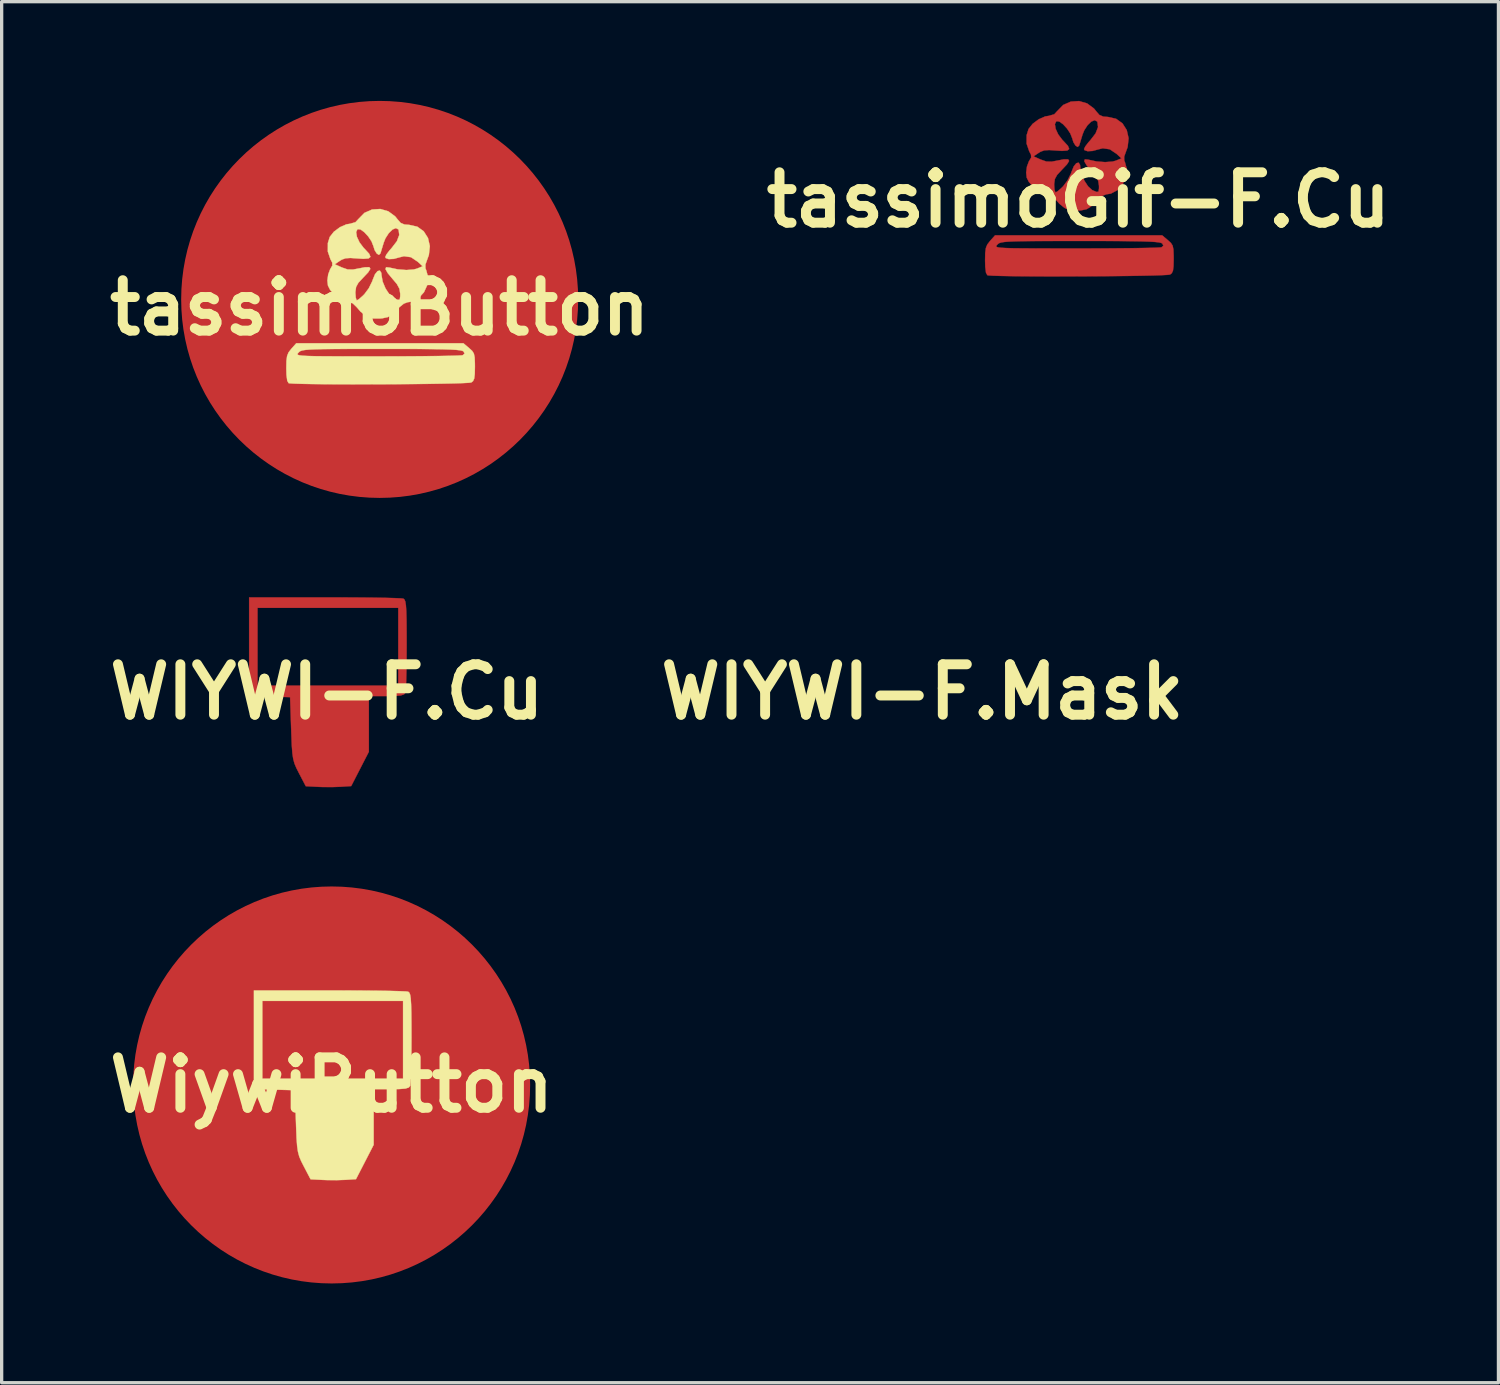
<source format=kicad_pcb>
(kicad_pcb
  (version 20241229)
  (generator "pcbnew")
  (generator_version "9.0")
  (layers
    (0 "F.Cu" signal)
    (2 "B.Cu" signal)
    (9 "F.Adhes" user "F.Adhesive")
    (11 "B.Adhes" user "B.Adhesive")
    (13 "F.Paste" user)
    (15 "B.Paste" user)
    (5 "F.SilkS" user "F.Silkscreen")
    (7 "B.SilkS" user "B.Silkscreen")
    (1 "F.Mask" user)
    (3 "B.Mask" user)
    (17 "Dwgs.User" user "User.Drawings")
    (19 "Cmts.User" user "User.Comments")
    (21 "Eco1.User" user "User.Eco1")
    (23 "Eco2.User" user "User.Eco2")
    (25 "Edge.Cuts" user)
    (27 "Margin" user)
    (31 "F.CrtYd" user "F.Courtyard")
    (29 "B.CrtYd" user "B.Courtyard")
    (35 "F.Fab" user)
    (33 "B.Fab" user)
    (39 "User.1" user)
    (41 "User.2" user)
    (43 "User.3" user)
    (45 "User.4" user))
  (footprint "tassimoGif-F.Cu"
    (layer "F.Cu")
    (at 29.547 2.992)
    (property "Reference" "tassimoGif-F.Cu" (at 0 0 0) (layer "F.SilkS") (effects (font (size 1.524 1.524) (thickness 0.3))))
    (attr through_hole)
    (fp_poly (pts (xy 2.705 1.219) (xy 2.795 1.301) (xy 2.847 1.383) (xy 2.871 1.498) (xy 2.878 1.678) (xy 2.879 1.781) (xy 2.874 2.003) (xy 2.857 2.139) (xy 2.821 2.216) (xy 2.769 2.256) (xy 2.695 2.266) (xy 2.522 2.275) (xy 2.263 2.284) (xy 1.931 2.291) (xy 1.541 2.298) (xy 1.107 2.303) (xy 0.641 2.307) (xy 0.157 2.31) (xy -0.331 2.311) (xy -0.81 2.312) (xy -1.265 2.311) (xy -1.684 2.308) (xy -2.052 2.304) (xy -2.357 2.298) (xy -2.584 2.291) (xy -2.72 2.282) (xy -2.752 2.277) (xy -2.794 2.203) (xy -2.817 2.024) (xy -2.822 1.829) (xy -2.818 1.604) (xy -2.798 1.456) (xy -2.777 1.404) (xy -2.486 1.404) (xy -2.471 1.422) (xy -2.423 1.436) (xy -2.333 1.447) (xy -2.19 1.455) (xy -1.986 1.461) (xy -1.712 1.464) (xy -1.357 1.466) (xy -0.913 1.467) (xy -0.37 1.468) (xy -0.07 1.468) (xy 0.452 1.467) (xy 0.941 1.465) (xy 1.384 1.461) (xy 1.771 1.457) (xy 2.089 1.451) (xy 2.326 1.445) (xy 2.47 1.438) (xy 2.509 1.433) (xy 2.567 1.385) (xy 2.535 1.32) (xy 2.501 1.3) (xy 2.43 1.284) (xy 2.313 1.271) (xy 2.139 1.261) (xy 1.9 1.253) (xy 1.585 1.248) (xy 1.187 1.244) (xy 0.695 1.242) (xy 0.1 1.242) (xy 0.058 1.242) (xy -0.527 1.242) (xy -1.009 1.243) (xy -1.4 1.245) (xy -1.709 1.248) (xy -1.946 1.254) (xy -2.123 1.262) (xy -2.249 1.273) (xy -2.335 1.287) (xy -2.391 1.305) (xy -2.428 1.328) (xy -2.455 1.355) (xy -2.478 1.382) (xy -2.486 1.404) (xy -2.777 1.404) (xy -2.755 1.349) (xy -2.678 1.249) (xy -2.672 1.241) (xy -2.521 1.072) (xy 2.531 1.072) (xy 2.705 1.219)) (stroke (width 0.01) (type solid)) (fill yes) (layer "F.Cu"))
    (fp_poly (pts (xy 0.261 -2.917) (xy 0.469 -2.763) (xy 0.535 -2.68) (xy 0.632 -2.568) (xy 0.749 -2.518) (xy 0.893 -2.507) (xy 1.138 -2.452) (xy 1.331 -2.313) (xy 1.46 -2.11) (xy 1.516 -1.865) (xy 1.487 -1.598) (xy 1.441 -1.472) (xy 1.382 -1.307) (xy 1.384 -1.19) (xy 1.406 -1.139) (xy 1.466 -0.919) (xy 1.438 -0.687) (xy 1.338 -0.47) (xy 1.179 -0.295) (xy 0.979 -0.189) (xy 0.843 -0.169) (xy 0.729 -0.126) (xy 0.584 -0.009) (xy 0.514 0.064) (xy 0.375 0.205) (xy 0.249 0.28) (xy 0.089 0.315) (xy 0.027 0.321) (xy -0.197 0.321) (xy -0.368 0.269) (xy -0.426 0.237) (xy -0.576 0.117) (xy -0.695 -0.02) (xy -0.695 -0.02) (xy -0.818 -0.139) (xy -0.967 -0.169) (xy -1.117 -0.201) (xy -1.275 -0.308) (xy -1.361 -0.388) (xy -1.497 -0.541) (xy -1.563 -0.671) (xy -1.58 -0.823) (xy -1.58 -0.827) (xy -1.556 -1.009) (xy -1.498 -1.164) (xy -1.488 -1.18) (xy -1.429 -1.282) (xy -1.431 -1.317) (xy -1.358 -1.317) (xy -1.143 -1.22) (xy -0.971 -1.16) (xy -0.809 -1.156) (xy -0.675 -1.181) (xy -0.443 -1.226) (xy -0.313 -1.227) (xy -0.282 -1.178) (xy -0.347 -1.073) (xy -0.505 -0.906) (xy -0.508 -0.903) (xy -0.645 -0.755) (xy -0.713 -0.63) (xy -0.733 -0.486) (xy -0.734 -0.454) (xy -0.724 -0.312) (xy -0.699 -0.232) (xy -0.688 -0.226) (xy -0.625 -0.263) (xy -0.518 -0.357) (xy -0.462 -0.412) (xy -0.329 -0.591) (xy -0.225 -0.802) (xy -0.209 -0.849) (xy -0.141 -1.014) (xy -0.064 -1.109) (xy 0.005 -1.126) (xy 0.049 -1.057) (xy 0.056 -0.982) (xy 0.09 -0.791) (xy 0.176 -0.586) (xy 0.292 -0.408) (xy 0.416 -0.296) (xy 0.427 -0.291) (xy 0.552 -0.239) (xy 0.607 -0.251) (xy 0.621 -0.347) (xy 0.621 -0.425) (xy 0.599 -0.574) (xy 0.519 -0.721) (xy 0.395 -0.868) (xy 0.244 -1.049) (xy 0.176 -1.17) (xy 0.194 -1.226) (xy 0.296 -1.216) (xy 0.547 -1.162) (xy 0.808 -1.142) (xy 1.033 -1.159) (xy 1.129 -1.185) (xy 1.299 -1.256) (xy 1.155 -1.39) (xy 0.947 -1.53) (xy 0.735 -1.56) (xy 0.601 -1.527) (xy 0.425 -1.479) (xy 0.276 -1.472) (xy 0.184 -1.503) (xy 0.169 -1.536) (xy 0.206 -1.614) (xy 0.298 -1.735) (xy 0.36 -1.804) (xy 0.519 -2.011) (xy 0.592 -2.201) (xy 0.573 -2.356) (xy 0.565 -2.37) (xy 0.49 -2.41) (xy 0.386 -2.366) (xy 0.275 -2.257) (xy 0.175 -2.103) (xy 0.122 -1.971) (xy 0.071 -1.803) (xy 0.032 -1.674) (xy 0.023 -1.645) (xy -0.023 -1.6) (xy -0.088 -1.641) (xy -0.152 -1.744) (xy -0.189 -1.863) (xy -0.246 -2.008) (xy -0.346 -2.158) (xy -0.465 -2.287) (xy -0.58 -2.369) (xy -0.666 -2.379) (xy -0.67 -2.377) (xy -0.712 -2.29) (xy -0.689 -2.148) (xy -0.611 -1.98) (xy -0.488 -1.816) (xy -0.45 -1.777) (xy -0.318 -1.634) (xy -0.279 -1.54) (xy -0.337 -1.492) (xy -0.497 -1.481) (xy -0.663 -1.492) (xy -0.885 -1.507) (xy -1.033 -1.497) (xy -1.144 -1.457) (xy -1.201 -1.422) (xy -1.358 -1.317) (xy -1.431 -1.317) (xy -1.434 -1.367) (xy -1.488 -1.469) (xy -1.567 -1.7) (xy -1.566 -1.957) (xy -1.508 -2.143) (xy -1.384 -2.3) (xy -1.2 -2.437) (xy -1.002 -2.524) (xy -0.896 -2.54) (xy -0.731 -2.588) (xy -0.642 -2.684) (xy -0.46 -2.87) (xy -0.23 -2.971) (xy 0.019 -2.987) (xy 0.261 -2.917)) (stroke (width 0.01) (type solid)) (fill yes) (layer "F.Cu")))
  (footprint "tassimoButton"
    (layer "F.Cu")
    (at 8.426 6.254)
    (property "Reference" "tassimoButton" (at 0 0 0) (layer "F.SilkS") (effects (font (size 1.524 1.524) (thickness 0.3))))
    (attr through_hole)
    (fp_poly (pts (xy 2.705 1.219) (xy 2.795 1.301) (xy 2.847 1.383) (xy 2.871 1.498) (xy 2.878 1.678) (xy 2.879 1.781) (xy 2.874 2.003) (xy 2.857 2.139) (xy 2.821 2.216) (xy 2.769 2.256) (xy 2.695 2.266) (xy 2.522 2.275) (xy 2.263 2.284) (xy 1.931 2.291) (xy 1.541 2.298) (xy 1.107 2.303) (xy 0.641 2.307) (xy 0.157 2.31) (xy -0.331 2.311) (xy -0.81 2.312) (xy -1.265 2.311) (xy -1.684 2.308) (xy -2.052 2.304) (xy -2.357 2.298) (xy -2.584 2.291) (xy -2.72 2.282) (xy -2.752 2.277) (xy -2.794 2.203) (xy -2.817 2.024) (xy -2.822 1.829) (xy -2.818 1.604) (xy -2.798 1.456) (xy -2.777 1.404) (xy -2.486 1.404) (xy -2.471 1.422) (xy -2.423 1.436) (xy -2.333 1.447) (xy -2.19 1.455) (xy -1.986 1.461) (xy -1.712 1.464) (xy -1.357 1.466) (xy -0.913 1.467) (xy -0.37 1.468) (xy -0.07 1.468) (xy 0.452 1.467) (xy 0.941 1.465) (xy 1.384 1.461) (xy 1.771 1.457) (xy 2.089 1.451) (xy 2.326 1.445) (xy 2.47 1.438) (xy 2.509 1.433) (xy 2.567 1.385) (xy 2.535 1.32) (xy 2.501 1.3) (xy 2.43 1.284) (xy 2.313 1.271) (xy 2.139 1.261) (xy 1.9 1.253) (xy 1.585 1.248) (xy 1.187 1.244) (xy 0.695 1.242) (xy 0.1 1.242) (xy 0.058 1.242) (xy -0.527 1.242) (xy -1.009 1.243) (xy -1.4 1.245) (xy -1.709 1.248) (xy -1.946 1.254) (xy -2.123 1.262) (xy -2.249 1.273) (xy -2.335 1.287) (xy -2.391 1.305) (xy -2.428 1.328) (xy -2.455 1.355) (xy -2.478 1.382) (xy -2.486 1.404) (xy -2.777 1.404) (xy -2.755 1.349) (xy -2.678 1.249) (xy -2.672 1.241) (xy -2.521 1.072) (xy 2.531 1.072) (xy 2.705 1.219)) (stroke (width 0.01) (type solid)) (fill yes) (layer "F.SilkS"))
    (fp_poly (pts (xy 0.261 -2.917) (xy 0.469 -2.763) (xy 0.535 -2.68) (xy 0.632 -2.568) (xy 0.749 -2.518) (xy 0.893 -2.507) (xy 1.138 -2.452) (xy 1.331 -2.313) (xy 1.46 -2.11) (xy 1.516 -1.865) (xy 1.487 -1.598) (xy 1.441 -1.472) (xy 1.382 -1.307) (xy 1.384 -1.19) (xy 1.406 -1.139) (xy 1.466 -0.919) (xy 1.438 -0.687) (xy 1.338 -0.47) (xy 1.179 -0.295) (xy 0.979 -0.189) (xy 0.843 -0.169) (xy 0.729 -0.126) (xy 0.584 -0.009) (xy 0.514 0.064) (xy 0.375 0.205) (xy 0.249 0.28) (xy 0.089 0.315) (xy 0.027 0.321) (xy -0.197 0.321) (xy -0.368 0.269) (xy -0.426 0.237) (xy -0.576 0.117) (xy -0.695 -0.02) (xy -0.695 -0.02) (xy -0.818 -0.139) (xy -0.967 -0.169) (xy -1.117 -0.201) (xy -1.275 -0.308) (xy -1.361 -0.388) (xy -1.497 -0.541) (xy -1.563 -0.671) (xy -1.58 -0.823) (xy -1.58 -0.827) (xy -1.556 -1.009) (xy -1.498 -1.164) (xy -1.488 -1.18) (xy -1.429 -1.282) (xy -1.431 -1.317) (xy -1.358 -1.317) (xy -1.143 -1.22) (xy -0.971 -1.16) (xy -0.809 -1.156) (xy -0.675 -1.181) (xy -0.443 -1.226) (xy -0.313 -1.227) (xy -0.282 -1.178) (xy -0.347 -1.073) (xy -0.505 -0.906) (xy -0.508 -0.903) (xy -0.645 -0.755) (xy -0.713 -0.63) (xy -0.733 -0.486) (xy -0.734 -0.454) (xy -0.724 -0.312) (xy -0.699 -0.232) (xy -0.688 -0.226) (xy -0.625 -0.263) (xy -0.518 -0.357) (xy -0.462 -0.412) (xy -0.329 -0.591) (xy -0.225 -0.802) (xy -0.209 -0.849) (xy -0.141 -1.014) (xy -0.064 -1.109) (xy 0.005 -1.126) (xy 0.049 -1.057) (xy 0.056 -0.982) (xy 0.09 -0.791) (xy 0.176 -0.586) (xy 0.292 -0.408) (xy 0.416 -0.296) (xy 0.427 -0.291) (xy 0.552 -0.239) (xy 0.607 -0.251) (xy 0.621 -0.347) (xy 0.621 -0.425) (xy 0.599 -0.574) (xy 0.519 -0.721) (xy 0.395 -0.868) (xy 0.244 -1.049) (xy 0.176 -1.17) (xy 0.194 -1.226) (xy 0.296 -1.216) (xy 0.547 -1.162) (xy 0.808 -1.142) (xy 1.033 -1.159) (xy 1.129 -1.185) (xy 1.299 -1.256) (xy 1.155 -1.39) (xy 0.947 -1.53) (xy 0.735 -1.56) (xy 0.601 -1.527) (xy 0.425 -1.479) (xy 0.276 -1.472) (xy 0.184 -1.503) (xy 0.169 -1.536) (xy 0.206 -1.614) (xy 0.298 -1.735) (xy 0.36 -1.804) (xy 0.519 -2.011) (xy 0.592 -2.201) (xy 0.573 -2.356) (xy 0.565 -2.37) (xy 0.49 -2.41) (xy 0.386 -2.366) (xy 0.275 -2.257) (xy 0.175 -2.103) (xy 0.122 -1.971) (xy 0.071 -1.803) (xy 0.032 -1.674) (xy 0.023 -1.645) (xy -0.023 -1.6) (xy -0.088 -1.641) (xy -0.152 -1.744) (xy -0.189 -1.863) (xy -0.246 -2.008) (xy -0.346 -2.158) (xy -0.465 -2.287) (xy -0.58 -2.369) (xy -0.666 -2.379) (xy -0.67 -2.377) (xy -0.712 -2.29) (xy -0.689 -2.148) (xy -0.611 -1.98) (xy -0.488 -1.816) (xy -0.45 -1.777) (xy -0.318 -1.634) (xy -0.279 -1.54) (xy -0.337 -1.492) (xy -0.497 -1.481) (xy -0.663 -1.492) (xy -0.885 -1.507) (xy -1.033 -1.497) (xy -1.144 -1.457) (xy -1.201 -1.422) (xy -1.358 -1.317) (xy -1.431 -1.317) (xy -1.434 -1.367) (xy -1.488 -1.469) (xy -1.567 -1.7) (xy -1.566 -1.957) (xy -1.508 -2.143) (xy -1.384 -2.3) (xy -1.2 -2.437) (xy -1.002 -2.524) (xy -0.896 -2.54) (xy -0.731 -2.588) (xy -0.642 -2.684) (xy -0.46 -2.87) (xy -0.23 -2.971) (xy 0.019 -2.987) (xy 0.261 -2.917)) (stroke (width 0.01) (type solid)) (fill yes) (layer "F.SilkS"))
    (pad "1" smd circle (at 0 -0.254) (size 12 12) (layers "F.Cu" "F.Mask" "F.Paste")))
  (footprint "WIYWI-F.Mask"
    (layer "F.Cu")
    (at 24.83 17.863)
    (property "Reference" "WIYWI-F.Mask" (at 0 0 0) (layer "F.SilkS") (effects (font (size 1.524 1.524) (thickness 0.3))))
    (attr through_hole)
    (fp_poly (pts (xy 0.46 -2.856) (xy 0.952 -2.853) (xy 1.39 -2.849) (xy 1.761 -2.843) (xy 2.048 -2.835) (xy 2.237 -2.827) (xy 2.313 -2.819) (xy 2.346 -2.792) (xy 2.372 -2.73) (xy 2.39 -2.618) (xy 2.402 -2.439) (xy 2.409 -2.178) (xy 2.412 -1.82) (xy 2.413 -1.427) (xy 2.411 -1.02) (xy 2.406 -0.653) (xy 2.399 -0.345) (xy 2.389 -0.117) (xy 2.378 0.01) (xy 2.374 0.027) (xy 2.33 0.078) (xy 2.228 0.109) (xy 2.044 0.124) (xy 1.803 0.127) (xy 1.27 0.127) (xy 1.27 1.809) (xy 1.003 2.328) (xy 0.736 2.847) (xy 0.416 2.868) (xy 0.157 2.877) (xy -0.137 2.875) (xy -0.271 2.87) (xy -0.636 2.851) (xy -0.842 2.457) (xy -0.922 2.3) (xy -0.979 2.164) (xy -1.017 2.022) (xy -1.043 1.847) (xy -1.06 1.612) (xy -1.073 1.29) (xy -1.079 1.111) (xy -1.111 0.159) (xy -1.73 0.141) (xy -2.349 0.122) (xy -2.349 -2.54) (xy -2.095 -2.54) (xy -2.095 -0.191) (xy 2.159 -0.191) (xy 2.159 -2.54) (xy -2.095 -2.54) (xy -2.349 -2.54) (xy -2.349 -2.857) (xy -0.069 -2.857) (xy 0.46 -2.856)) (stroke (width 0.01) (type solid)) (fill yes) (layer "F.Mask")))
  (footprint "WIYWI-F.Cu"
    (layer "F.Cu")
    (at 6.829 17.863)
    (property "Reference" "WIYWI-F.Cu" (at 0 0 0) (layer "F.SilkS") (effects (font (size 1.524 1.524) (thickness 0.3))))
    (attr through_hole)
    (fp_poly (pts (xy 0.46 -2.856) (xy 0.952 -2.853) (xy 1.39 -2.849) (xy 1.761 -2.843) (xy 2.048 -2.835) (xy 2.237 -2.827) (xy 2.313 -2.819) (xy 2.346 -2.792) (xy 2.372 -2.73) (xy 2.39 -2.618) (xy 2.402 -2.439) (xy 2.409 -2.178) (xy 2.412 -1.82) (xy 2.413 -1.427) (xy 2.411 -1.02) (xy 2.406 -0.653) (xy 2.399 -0.345) (xy 2.389 -0.117) (xy 2.378 0.01) (xy 2.374 0.027) (xy 2.33 0.078) (xy 2.228 0.109) (xy 2.044 0.124) (xy 1.803 0.127) (xy 1.27 0.127) (xy 1.27 1.809) (xy 1.003 2.328) (xy 0.736 2.847) (xy 0.416 2.868) (xy 0.157 2.877) (xy -0.137 2.875) (xy -0.271 2.87) (xy -0.636 2.851) (xy -0.842 2.457) (xy -0.922 2.3) (xy -0.979 2.164) (xy -1.017 2.022) (xy -1.043 1.847) (xy -1.06 1.612) (xy -1.073 1.29) (xy -1.079 1.111) (xy -1.111 0.159) (xy -1.73 0.141) (xy -2.349 0.122) (xy -2.349 -2.54) (xy -2.095 -2.54) (xy -2.095 -0.191) (xy 2.159 -0.191) (xy 2.159 -2.54) (xy -2.095 -2.54) (xy -2.349 -2.54) (xy -2.349 -2.857) (xy -0.069 -2.857) (xy 0.46 -2.856)) (stroke (width 0.01) (type solid)) (fill yes) (layer "F.Cu")))
  (footprint "WiywiButton"
    (layer "F.Cu")
    (at 6.974 29.744)
    (property "Reference" "WiywiButton" (at 0 0 0) (layer "F.SilkS") (effects (font (size 1.524 1.524) (thickness 0.3))))
    (attr through_hole)
    (fp_poly (pts (xy 0.46 -2.856) (xy 0.952 -2.853) (xy 1.39 -2.849) (xy 1.761 -2.843) (xy 2.048 -2.835) (xy 2.237 -2.827) (xy 2.313 -2.819) (xy 2.346 -2.792) (xy 2.372 -2.73) (xy 2.39 -2.618) (xy 2.402 -2.439) (xy 2.409 -2.178) (xy 2.412 -1.82) (xy 2.413 -1.427) (xy 2.411 -1.02) (xy 2.406 -0.653) (xy 2.399 -0.345) (xy 2.389 -0.117) (xy 2.378 0.01) (xy 2.374 0.027) (xy 2.33 0.078) (xy 2.228 0.109) (xy 2.044 0.124) (xy 1.803 0.127) (xy 1.27 0.127) (xy 1.27 1.809) (xy 1.003 2.328) (xy 0.736 2.847) (xy 0.416 2.868) (xy 0.157 2.877) (xy -0.137 2.875) (xy -0.271 2.87) (xy -0.636 2.851) (xy -0.842 2.457) (xy -0.922 2.3) (xy -0.979 2.164) (xy -1.017 2.022) (xy -1.043 1.847) (xy -1.06 1.612) (xy -1.073 1.29) (xy -1.079 1.111) (xy -1.111 0.159) (xy -1.73 0.141) (xy -2.349 0.122) (xy -2.349 -2.54) (xy -2.095 -2.54) (xy -2.095 -0.191) (xy 2.159 -0.191) (xy 2.159 -2.54) (xy -2.095 -2.54) (xy -2.349 -2.54) (xy -2.349 -2.857) (xy -0.069 -2.857) (xy 0.46 -2.856)) (stroke (width 0.01) (type solid)) (fill yes) (layer "F.SilkS"))
    (pad "1" smd circle (at 0 0) (size 12 12) (layers "F.Cu" "F.Mask" "F.Paste")))
  (gr_rect
    (start -3 -3)
    (end 42.242 38.744)
    (stroke (width 0.1) (type default))
    (fill no)
    (layer "Edge.Cuts")))
</source>
